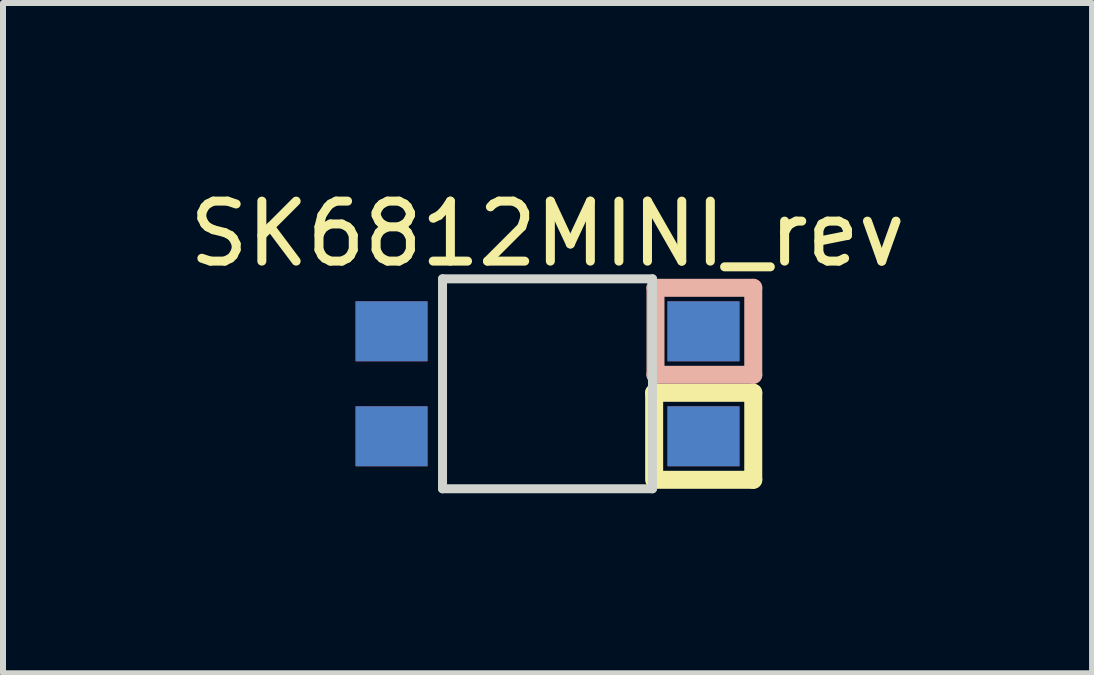
<source format=kicad_pcb>
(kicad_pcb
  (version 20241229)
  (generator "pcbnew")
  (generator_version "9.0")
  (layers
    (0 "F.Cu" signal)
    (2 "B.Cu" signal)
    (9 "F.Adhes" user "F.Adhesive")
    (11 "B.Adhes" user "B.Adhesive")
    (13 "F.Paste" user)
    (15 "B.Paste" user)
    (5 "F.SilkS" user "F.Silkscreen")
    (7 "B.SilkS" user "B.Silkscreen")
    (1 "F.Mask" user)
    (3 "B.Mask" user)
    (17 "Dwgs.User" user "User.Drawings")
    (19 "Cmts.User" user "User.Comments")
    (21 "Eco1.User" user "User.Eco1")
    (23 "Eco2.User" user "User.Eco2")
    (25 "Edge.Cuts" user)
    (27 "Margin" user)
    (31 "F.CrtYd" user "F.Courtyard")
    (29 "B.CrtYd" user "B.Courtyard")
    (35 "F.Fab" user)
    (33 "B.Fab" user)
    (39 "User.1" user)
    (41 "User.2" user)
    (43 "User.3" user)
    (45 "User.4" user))
  (footprint "SK6812MINI_rev"
    (layer "F.Cu")
    (at 6.077 3.348)
    (property "Reference" "SK6812MINI_rev" (at 0 -2.5 0) (layer "F.SilkS") (effects (font (size 1 1) (thickness 0.15))))
    (attr through_hole)
    (fp_line (start 1.778 0.15) (end 3.43 0.15) (stroke (width 0.3) (type solid)) (layer "F.SilkS"))
    (fp_line (start 1.778 1.6) (end 1.778 0.15) (stroke (width 0.3) (type solid)) (layer "F.SilkS"))
    (fp_line (start 3.43 0.15) (end 3.43 1.6) (stroke (width 0.3) (type solid)) (layer "F.SilkS"))
    (fp_line (start 3.43 1.6) (end 1.8 1.6) (stroke (width 0.3) (type solid)) (layer "F.SilkS"))
    (fp_line (start 1.8 -1.6) (end 3.43 -1.6) (stroke (width 0.3) (type solid)) (layer "B.SilkS"))
    (fp_line (start 1.8 -0.15) (end 1.8 -1.6) (stroke (width 0.3) (type solid)) (layer "B.SilkS"))
    (fp_line (start 3.43 -1.6) (end 3.43 -0.15) (stroke (width 0.3) (type solid)) (layer "B.SilkS"))
    (fp_line (start 3.43 -0.15) (end 1.8 -0.15) (stroke (width 0.3) (type solid)) (layer "B.SilkS"))
    (fp_line (start -1.75 -1.75) (end -1.75 1.75) (stroke (width 0.15) (type solid)) (layer "Edge.Cuts"))
    (fp_line (start -1.75 -1.75) (end 1.75 -1.75) (stroke (width 0.15) (type solid)) (layer "Edge.Cuts"))
    (fp_line (start 1.75 -1.75) (end 1.75 1.75) (stroke (width 0.15) (type solid)) (layer "Edge.Cuts"))
    (fp_line (start 1.75 1.75) (end -1.75 1.75) (stroke (width 0.15) (type solid)) (layer "Edge.Cuts"))
    (pad "1" smd rect (at -2.6 -0.875) (size 1.2 1) (layers "B.Cu" "B.Mask" "B.Paste"))
    (pad "1" smd rect (at -2.6 0.875) (size 1.2 1) (layers "F.Cu" "F.Mask" "F.Paste"))
    (pad "2" smd rect (at -2.6 -0.875) (size 1.2 1) (layers "F.Cu" "F.Mask" "F.Paste"))
    (pad "2" smd rect (at -2.6 0.875) (size 1.2 1) (layers "B.Cu" "B.Mask" "B.Paste"))
    (pad "3" smd rect (at 2.6 -0.875) (size 1.2 1) (layers "F.Cu" "F.Mask" "F.Paste"))
    (pad "3" smd rect (at 2.6 0.875) (size 1.2 1) (layers "B.Cu" "B.Mask" "B.Paste"))
    (pad "4" smd rect (at 2.6 -0.875) (size 1.2 1) (layers "B.Cu" "B.Mask" "B.Paste"))
    (pad "4" smd rect (at 2.6 0.875) (size 1.2 1) (layers "F.Cu" "F.Mask" "F.Paste")))
  (gr_rect
    (start -3 -3)
    (end 15.155 8.173)
    (stroke (width 0.1) (type default))
    (fill no)
    (layer "Edge.Cuts")))
</source>
